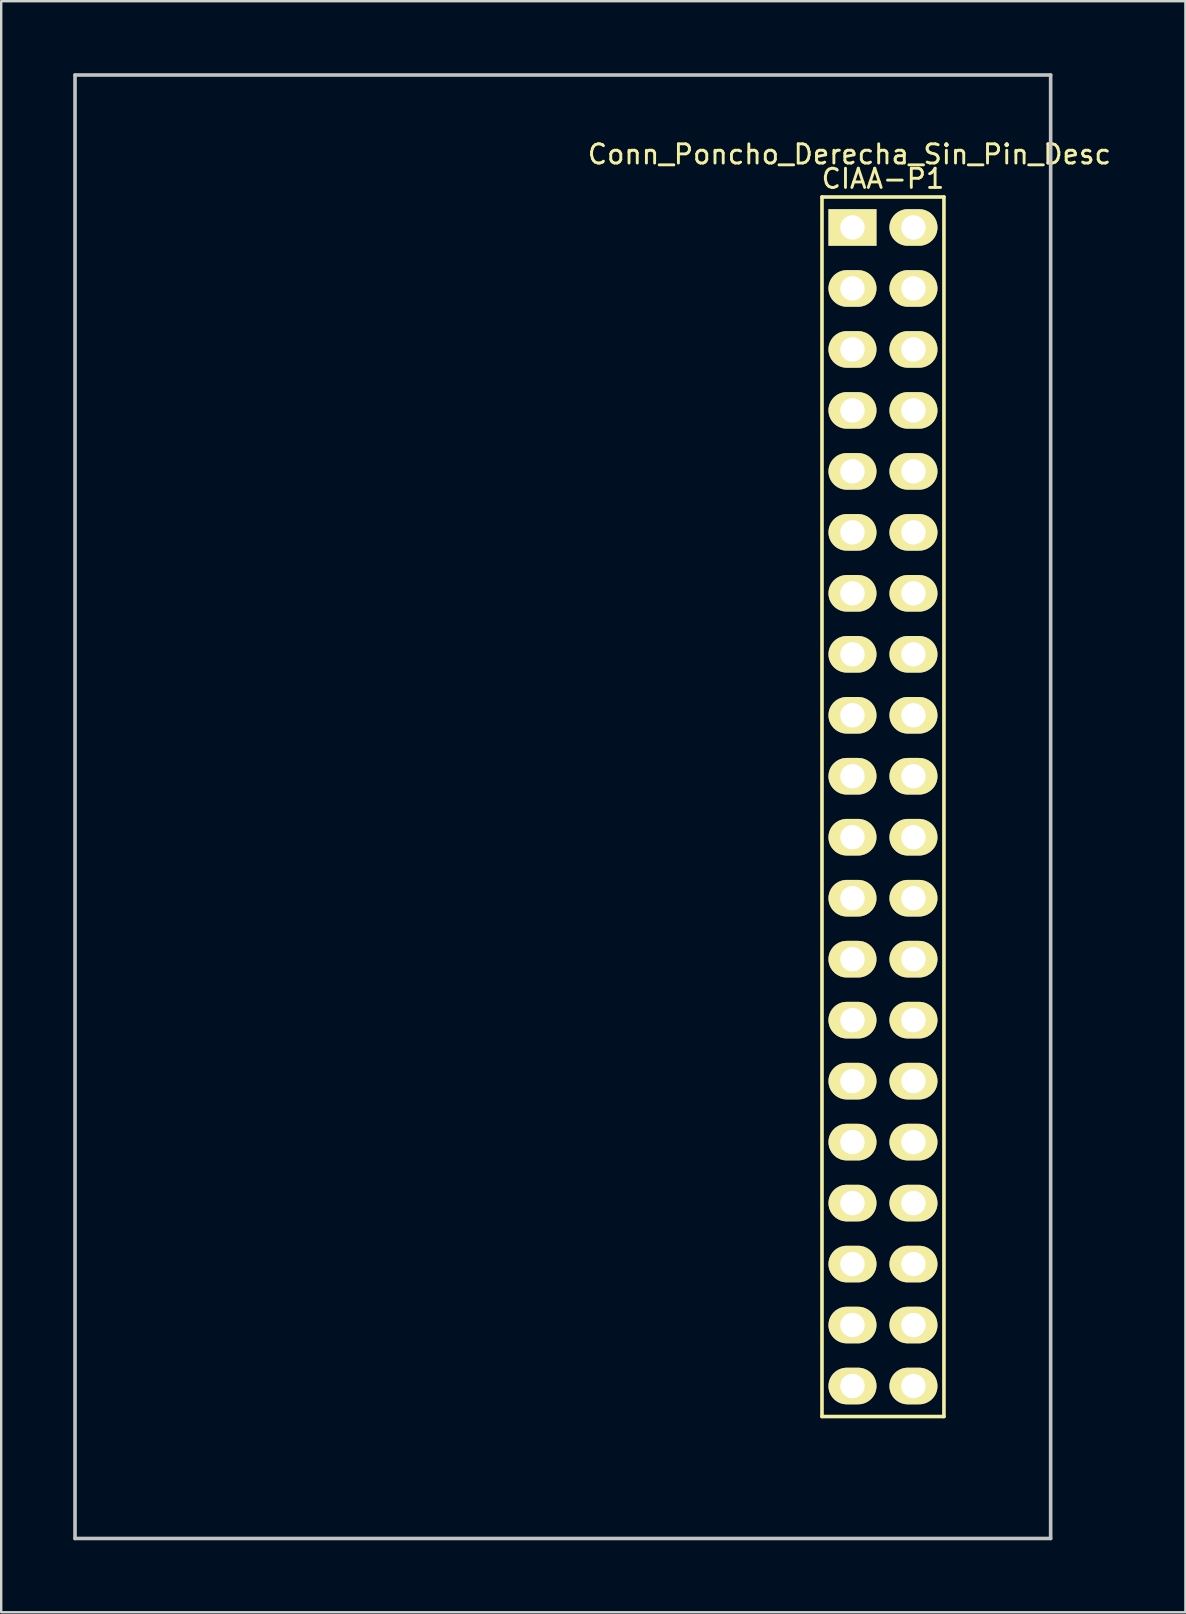
<source format=kicad_pcb>
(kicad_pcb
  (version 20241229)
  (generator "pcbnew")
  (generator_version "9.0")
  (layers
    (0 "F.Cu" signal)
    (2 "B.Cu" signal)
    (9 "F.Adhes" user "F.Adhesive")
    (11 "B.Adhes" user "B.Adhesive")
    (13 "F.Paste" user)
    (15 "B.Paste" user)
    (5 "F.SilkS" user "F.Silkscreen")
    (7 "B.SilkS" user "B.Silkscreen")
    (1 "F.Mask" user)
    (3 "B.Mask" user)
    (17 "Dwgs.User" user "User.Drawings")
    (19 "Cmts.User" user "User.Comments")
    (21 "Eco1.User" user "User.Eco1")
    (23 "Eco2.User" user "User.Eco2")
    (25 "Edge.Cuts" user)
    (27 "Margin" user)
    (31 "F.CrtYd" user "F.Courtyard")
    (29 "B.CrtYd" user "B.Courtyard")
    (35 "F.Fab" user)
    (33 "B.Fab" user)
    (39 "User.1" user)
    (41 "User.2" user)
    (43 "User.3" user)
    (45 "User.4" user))
  (footprint "Conn_Poncho_Derecha_Sin_Pin_Desc"
    (layer "F.Cu")
    (at 32.46 6.425)
    (property "Reference" "Conn_Poncho_Derecha_Sin_Pin_Desc" (at -0.127 -3.048 0) (layer "F.SilkS") (effects (font (size 0.8 0.8) (thickness 0.12))))
    (attr through_hole)
    (fp_line (start -1.27 49.53) (end -1.27 -1.27) (stroke (width 0.15) (type solid)) (layer "F.SilkS"))
    (fp_line (start 3.81 -1.27) (end -1.27 -1.27) (stroke (width 0.15) (type solid)) (layer "F.SilkS"))
    (fp_line (start 3.81 49.53) (end -1.27 49.53) (stroke (width 0.15) (type solid)) (layer "F.SilkS"))
    (fp_line (start 3.81 49.53) (end 3.81 -1.27) (stroke (width 0.15) (type solid)) (layer "F.SilkS"))
    (fp_line (start -32.385 -6.35) (end 8.255 -6.35) (stroke (width 0.15) (type solid)) (layer "Dwgs.User"))
    (fp_line (start -32.385 54.61) (end -32.385 -6.35) (stroke (width 0.15) (type solid)) (layer "Dwgs.User"))
    (fp_line (start -32.385 54.61) (end 8.255 54.61) (stroke (width 0.15) (type solid)) (layer "Dwgs.User"))
    (fp_line (start 8.255 54.61) (end 8.255 -6.35) (stroke (width 0.15) (type solid)) (layer "Dwgs.User"))
    (fp_text user "CIAA-P1" (at 1.27 -2.032 0) (layer "F.SilkS") (effects (font (size 0.8 0.8) (thickness 0.12))))
    (pad "1" thru_hole rect (at 0 0 270) (size 1.524 2) (drill 1.016) (layers "*.Cu" "*.Mask" "F.SilkS"))
    (pad "2" thru_hole oval (at 2.54 0 270) (size 1.524 2) (drill 1.016) (layers "*.Cu" "*.Mask" "F.SilkS"))
    (pad "3" thru_hole oval (at 0 2.54 270) (size 1.524 2) (drill 1.016) (layers "*.Cu" "*.Mask" "F.SilkS"))
    (pad "4" thru_hole oval (at 2.54 2.54 270) (size 1.524 2) (drill 1.016) (layers "*.Cu" "*.Mask" "F.SilkS"))
    (pad "5" thru_hole oval (at 0 5.08 270) (size 1.524 2) (drill 1.016) (layers "*.Cu" "*.Mask" "F.SilkS"))
    (pad "6" thru_hole oval (at 2.54 5.08 270) (size 1.524 2) (drill 1.016) (layers "*.Cu" "*.Mask" "F.SilkS"))
    (pad "7" thru_hole oval (at 0 7.62 270) (size 1.524 2) (drill 1.016) (layers "*.Cu" "*.Mask" "F.SilkS"))
    (pad "8" thru_hole oval (at 2.54 7.62 270) (size 1.524 2) (drill 1.016) (layers "*.Cu" "*.Mask" "F.SilkS"))
    (pad "9" thru_hole oval (at 0 10.16 270) (size 1.524 2) (drill 1.016) (layers "*.Cu" "*.Mask" "F.SilkS"))
    (pad "10" thru_hole oval (at 2.54 10.16 270) (size 1.524 2) (drill 1.016) (layers "*.Cu" "*.Mask" "F.SilkS"))
    (pad "11" thru_hole oval (at 0 12.7 270) (size 1.524 2) (drill 1.016) (layers "*.Cu" "*.Mask" "F.SilkS"))
    (pad "12" thru_hole oval (at 2.54 12.7 270) (size 1.524 2) (drill 1.016) (layers "*.Cu" "*.Mask" "F.SilkS"))
    (pad "13" thru_hole oval (at 0 15.24 270) (size 1.524 2) (drill 1.016) (layers "*.Cu" "*.Mask" "F.SilkS"))
    (pad "14" thru_hole oval (at 2.54 15.24 270) (size 1.524 2) (drill 1.016) (layers "*.Cu" "*.Mask" "F.SilkS"))
    (pad "15" thru_hole oval (at 0 17.78 270) (size 1.524 2) (drill 1.016) (layers "*.Cu" "*.Mask" "F.SilkS"))
    (pad "16" thru_hole oval (at 2.54 17.78 270) (size 1.524 2) (drill 1.016) (layers "*.Cu" "*.Mask" "F.SilkS"))
    (pad "17" thru_hole oval (at 0 20.32 270) (size 1.524 2) (drill 1.016) (layers "*.Cu" "*.Mask" "F.SilkS"))
    (pad "18" thru_hole oval (at 2.54 20.32 270) (size 1.524 2) (drill 1.016) (layers "*.Cu" "*.Mask" "F.SilkS"))
    (pad "19" thru_hole oval (at 0 22.86 270) (size 1.524 2) (drill 1.016) (layers "*.Cu" "*.Mask" "F.SilkS"))
    (pad "20" thru_hole oval (at 2.54 22.86 270) (size 1.524 2) (drill 1.016) (layers "*.Cu" "*.Mask" "F.SilkS"))
    (pad "21" thru_hole oval (at 0 25.4 270) (size 1.524 2) (drill 1.016) (layers "*.Cu" "*.Mask" "F.SilkS"))
    (pad "22" thru_hole oval (at 2.54 25.4 270) (size 1.524 2) (drill 1.016) (layers "*.Cu" "*.Mask" "F.SilkS"))
    (pad "23" thru_hole oval (at 0 27.94 270) (size 1.524 2) (drill 1.016) (layers "*.Cu" "*.Mask" "F.SilkS"))
    (pad "24" thru_hole oval (at 2.54 27.94 270) (size 1.524 2) (drill 1.016) (layers "*.Cu" "*.Mask" "F.SilkS"))
    (pad "25" thru_hole oval (at 0 30.48 270) (size 1.524 2) (drill 1.016) (layers "*.Cu" "*.Mask" "F.SilkS"))
    (pad "26" thru_hole oval (at 2.54 30.48 270) (size 1.524 2) (drill 1.016) (layers "*.Cu" "*.Mask" "F.SilkS"))
    (pad "27" thru_hole oval (at 0 33.02 270) (size 1.524 2) (drill 1.016) (layers "*.Cu" "*.Mask" "F.SilkS"))
    (pad "28" thru_hole oval (at 2.54 33.02 270) (size 1.524 2) (drill 1.016) (layers "*.Cu" "*.Mask" "F.SilkS"))
    (pad "29" thru_hole oval (at 0 35.56 270) (size 1.524 2) (drill 1.016) (layers "*.Cu" "*.Mask" "F.SilkS"))
    (pad "30" thru_hole oval (at 2.54 35.56 270) (size 1.524 2) (drill 1.016) (layers "*.Cu" "*.Mask" "F.SilkS"))
    (pad "31" thru_hole oval (at 0 38.1 270) (size 1.524 2) (drill 1.016) (layers "*.Cu" "*.Mask" "F.SilkS"))
    (pad "32" thru_hole oval (at 2.54 38.1 270) (size 1.524 2) (drill 1.016) (layers "*.Cu" "*.Mask" "F.SilkS"))
    (pad "33" thru_hole oval (at 0 40.64 270) (size 1.524 2) (drill 1.016) (layers "*.Cu" "*.Mask" "F.SilkS"))
    (pad "34" thru_hole oval (at 2.54 40.64 270) (size 1.524 2) (drill 1.016) (layers "*.Cu" "*.Mask" "F.SilkS"))
    (pad "35" thru_hole oval (at 0 43.18 270) (size 1.524 2) (drill 1.016) (layers "*.Cu" "*.Mask" "F.SilkS"))
    (pad "36" thru_hole oval (at 2.54 43.18 270) (size 1.524 2) (drill 1.016) (layers "*.Cu" "*.Mask" "F.SilkS"))
    (pad "37" thru_hole oval (at 0 45.72 270) (size 1.524 2) (drill 1.016) (layers "*.Cu" "*.Mask" "F.SilkS"))
    (pad "38" thru_hole oval (at 2.54 45.72 270) (size 1.524 2) (drill 1.016) (layers "*.Cu" "*.Mask" "F.SilkS"))
    (pad "39" thru_hole oval (at 0 48.26 270) (size 1.524 2) (drill 1.016) (layers "*.Cu" "*.Mask" "F.SilkS"))
    (pad "40" thru_hole oval (at 2.54 48.26 270) (size 1.524 2) (drill 1.016) (layers "*.Cu" "*.Mask" "F.SilkS")))
  (gr_rect
    (start -3 -3)
    (end 46.328 64.11)
    (stroke (width 0.1) (type default))
    (fill no)
    (layer "Edge.Cuts")))
</source>
